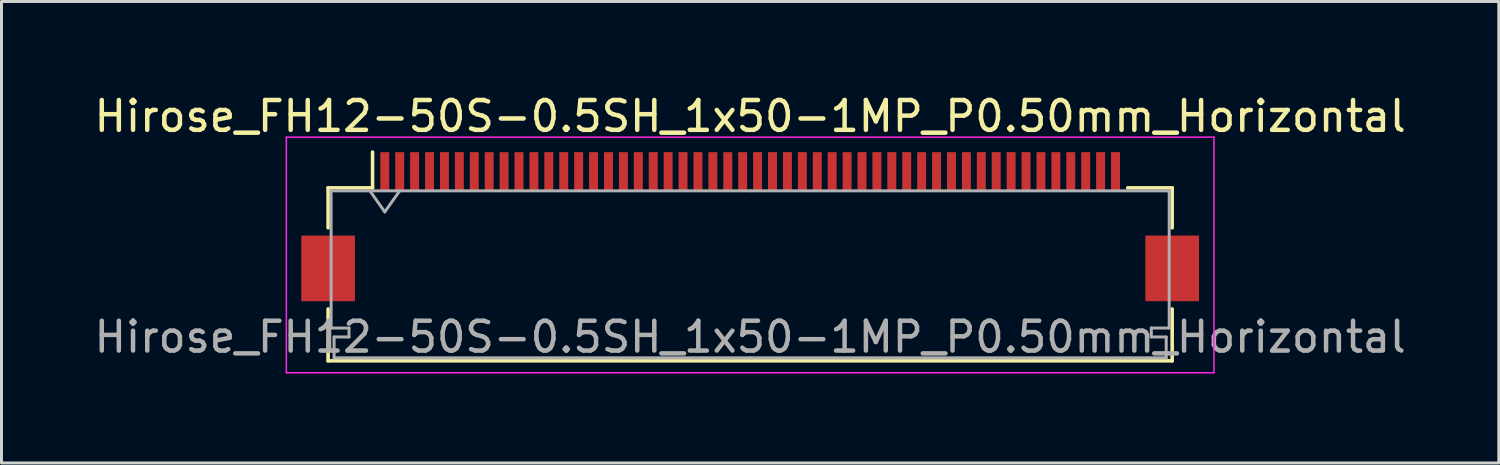
<source format=kicad_pcb>
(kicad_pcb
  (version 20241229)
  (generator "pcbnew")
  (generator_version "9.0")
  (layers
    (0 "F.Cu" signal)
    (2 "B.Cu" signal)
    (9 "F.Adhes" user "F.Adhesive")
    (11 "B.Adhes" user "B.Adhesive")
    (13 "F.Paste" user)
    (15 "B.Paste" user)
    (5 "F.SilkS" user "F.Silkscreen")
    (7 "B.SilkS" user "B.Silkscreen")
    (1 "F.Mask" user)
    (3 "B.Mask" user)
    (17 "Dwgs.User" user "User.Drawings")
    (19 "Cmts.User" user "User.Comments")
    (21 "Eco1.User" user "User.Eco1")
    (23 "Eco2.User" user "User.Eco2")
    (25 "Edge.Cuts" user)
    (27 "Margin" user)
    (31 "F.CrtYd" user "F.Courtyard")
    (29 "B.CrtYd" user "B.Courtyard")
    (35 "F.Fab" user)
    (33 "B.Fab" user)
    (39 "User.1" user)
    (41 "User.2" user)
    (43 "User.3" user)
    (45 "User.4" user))
  (footprint "Hirose_FH12-50S-0.5SH_1x50-1MP_P0.50mm_Horizontal"
    (layer "F.Cu")
    (at 22.101 4.548)
    (property "Reference" "Hirose_FH12-50S-0.5SH_1x50-1MP_P0.50mm_Horizontal" (at 0 -3.7 180) (layer "F.SilkS") (effects (font (size 1 1) (thickness 0.15))))
    (attr smd)
    (fp_line (start -14.15 -1.3) (end -14.15 0.04) (stroke (width 0.12) (type solid)) (layer "F.SilkS"))
    (fp_line (start -14.15 2.76) (end -14.15 4.5) (stroke (width 0.12) (type solid)) (layer "F.SilkS"))
    (fp_line (start -14.15 4.5) (end 14.15 4.5) (stroke (width 0.12) (type solid)) (layer "F.SilkS"))
    (fp_line (start -12.66 -1.3) (end -14.15 -1.3) (stroke (width 0.12) (type solid)) (layer "F.SilkS"))
    (fp_line (start -12.66 -1.3) (end -12.66 -2.5) (stroke (width 0.12) (type solid)) (layer "F.SilkS"))
    (fp_line (start 12.66 -1.3) (end 14.15 -1.3) (stroke (width 0.12) (type solid)) (layer "F.SilkS"))
    (fp_line (start 14.15 -1.3) (end 14.15 0.04) (stroke (width 0.12) (type solid)) (layer "F.SilkS"))
    (fp_line (start 14.15 4.5) (end 14.15 2.76) (stroke (width 0.12) (type solid)) (layer "F.SilkS"))
    (fp_line (start -15.55 -3) (end -15.55 4.9) (stroke (width 0.05) (type solid)) (layer "F.CrtYd"))
    (fp_line (start -15.55 4.9) (end 15.55 4.9) (stroke (width 0.05) (type solid)) (layer "F.CrtYd"))
    (fp_line (start 15.55 -3) (end -15.55 -3) (stroke (width 0.05) (type solid)) (layer "F.CrtYd"))
    (fp_line (start 15.55 4.9) (end 15.55 -3) (stroke (width 0.05) (type solid)) (layer "F.CrtYd"))
    (fp_line (start -14.05 -1.2) (end -14.05 3.4) (stroke (width 0.1) (type solid)) (layer "F.Fab"))
    (fp_line (start -14.05 3.4) (end -13.45 3.4) (stroke (width 0.1) (type solid)) (layer "F.Fab"))
    (fp_line (start -13.95 3.7) (end -13.95 4.4) (stroke (width 0.1) (type solid)) (layer "F.Fab"))
    (fp_line (start -13.95 4.4) (end 0 4.4) (stroke (width 0.1) (type solid)) (layer "F.Fab"))
    (fp_line (start -13.45 3.4) (end -13.45 3.7) (stroke (width 0.1) (type solid)) (layer "F.Fab"))
    (fp_line (start -13.45 3.7) (end -13.95 3.7) (stroke (width 0.1) (type solid)) (layer "F.Fab"))
    (fp_line (start -12.75 -1.2) (end -12.25 -0.493) (stroke (width 0.1) (type solid)) (layer "F.Fab"))
    (fp_line (start -12.25 -0.493) (end -11.75 -1.2) (stroke (width 0.1) (type solid)) (layer "F.Fab"))
    (fp_line (start 0 -1.2) (end -14.05 -1.2) (stroke (width 0.1) (type solid)) (layer "F.Fab"))
    (fp_line (start 0 -1.2) (end 14.05 -1.2) (stroke (width 0.1) (type solid)) (layer "F.Fab"))
    (fp_line (start 13.45 3.4) (end 13.45 3.7) (stroke (width 0.1) (type solid)) (layer "F.Fab"))
    (fp_line (start 13.45 3.7) (end 13.95 3.7) (stroke (width 0.1) (type solid)) (layer "F.Fab"))
    (fp_line (start 13.95 3.7) (end 13.95 4.4) (stroke (width 0.1) (type solid)) (layer "F.Fab"))
    (fp_line (start 13.95 4.4) (end 0 4.4) (stroke (width 0.1) (type solid)) (layer "F.Fab"))
    (fp_line (start 14.05 -1.2) (end 14.05 3.4) (stroke (width 0.1) (type solid)) (layer "F.Fab"))
    (fp_line (start 14.05 3.4) (end 13.45 3.4) (stroke (width 0.1) (type solid)) (layer "F.Fab"))
    (fp_text user "${REFERENCE}" (at 0 3.7 180) (layer "F.Fab") (effects (font (size 1 1) (thickness 0.15))))
    (pad "1" smd rect (at 12.25 -1.846 180) (size 0.3 1.3) (layers "F.Cu" "F.Mask" "F.Paste"))
    (pad "2" smd rect (at 11.75 -1.846 180) (size 0.3 1.3) (layers "F.Cu" "F.Mask" "F.Paste"))
    (pad "3" smd rect (at 11.25 -1.846 180) (size 0.3 1.3) (layers "F.Cu" "F.Mask" "F.Paste"))
    (pad "4" smd rect (at 10.75 -1.846 180) (size 0.3 1.3) (layers "F.Cu" "F.Mask" "F.Paste"))
    (pad "5" smd rect (at 10.25 -1.846 180) (size 0.3 1.3) (layers "F.Cu" "F.Mask" "F.Paste"))
    (pad "6" smd rect (at 9.75 -1.846 180) (size 0.3 1.3) (layers "F.Cu" "F.Mask" "F.Paste"))
    (pad "7" smd rect (at 9.25 -1.846 180) (size 0.3 1.3) (layers "F.Cu" "F.Mask" "F.Paste"))
    (pad "8" smd rect (at 8.75 -1.846 180) (size 0.3 1.3) (layers "F.Cu" "F.Mask" "F.Paste"))
    (pad "9" smd rect (at 8.25 -1.846 180) (size 0.3 1.3) (layers "F.Cu" "F.Mask" "F.Paste"))
    (pad "10" smd rect (at 7.75 -1.846 180) (size 0.3 1.3) (layers "F.Cu" "F.Mask" "F.Paste"))
    (pad "11" smd rect (at 7.25 -1.846 180) (size 0.3 1.3) (layers "F.Cu" "F.Mask" "F.Paste"))
    (pad "12" smd rect (at 6.75 -1.846 180) (size 0.3 1.3) (layers "F.Cu" "F.Mask" "F.Paste"))
    (pad "13" smd rect (at 6.25 -1.846 180) (size 0.3 1.3) (layers "F.Cu" "F.Mask" "F.Paste"))
    (pad "14" smd rect (at 5.75 -1.846 180) (size 0.3 1.3) (layers "F.Cu" "F.Mask" "F.Paste"))
    (pad "15" smd rect (at 5.25 -1.846 180) (size 0.3 1.3) (layers "F.Cu" "F.Mask" "F.Paste"))
    (pad "16" smd rect (at 4.75 -1.846 180) (size 0.3 1.3) (layers "F.Cu" "F.Mask" "F.Paste"))
    (pad "17" smd rect (at 4.25 -1.846 180) (size 0.3 1.3) (layers "F.Cu" "F.Mask" "F.Paste"))
    (pad "18" smd rect (at 3.75 -1.846 180) (size 0.3 1.3) (layers "F.Cu" "F.Mask" "F.Paste"))
    (pad "19" smd rect (at 3.25 -1.846 180) (size 0.3 1.3) (layers "F.Cu" "F.Mask" "F.Paste"))
    (pad "20" smd rect (at 2.75 -1.846 180) (size 0.3 1.3) (layers "F.Cu" "F.Mask" "F.Paste"))
    (pad "21" smd rect (at 2.25 -1.846 180) (size 0.3 1.3) (layers "F.Cu" "F.Mask" "F.Paste"))
    (pad "22" smd rect (at 1.75 -1.846 180) (size 0.3 1.3) (layers "F.Cu" "F.Mask" "F.Paste"))
    (pad "23" smd rect (at 1.25 -1.846 180) (size 0.3 1.3) (layers "F.Cu" "F.Mask" "F.Paste"))
    (pad "24" smd rect (at 0.75 -1.846 180) (size 0.3 1.3) (layers "F.Cu" "F.Mask" "F.Paste"))
    (pad "25" smd rect (at 0.25 -1.846 180) (size 0.3 1.3) (layers "F.Cu" "F.Mask" "F.Paste"))
    (pad "26" smd rect (at -0.25 -1.846 180) (size 0.3 1.3) (layers "F.Cu" "F.Mask" "F.Paste"))
    (pad "27" smd rect (at -0.75 -1.846 180) (size 0.3 1.3) (layers "F.Cu" "F.Mask" "F.Paste"))
    (pad "28" smd rect (at -1.25 -1.846 180) (size 0.3 1.3) (layers "F.Cu" "F.Mask" "F.Paste"))
    (pad "29" smd rect (at -1.75 -1.846 180) (size 0.3 1.3) (layers "F.Cu" "F.Mask" "F.Paste"))
    (pad "30" smd rect (at -2.25 -1.846 180) (size 0.3 1.3) (layers "F.Cu" "F.Mask" "F.Paste"))
    (pad "31" smd rect (at -2.75 -1.846 180) (size 0.3 1.3) (layers "F.Cu" "F.Mask" "F.Paste"))
    (pad "32" smd rect (at -3.25 -1.846 180) (size 0.3 1.3) (layers "F.Cu" "F.Mask" "F.Paste"))
    (pad "33" smd rect (at -3.75 -1.846 180) (size 0.3 1.3) (layers "F.Cu" "F.Mask" "F.Paste"))
    (pad "34" smd rect (at -4.25 -1.846 180) (size 0.3 1.3) (layers "F.Cu" "F.Mask" "F.Paste"))
    (pad "35" smd rect (at -4.75 -1.846 180) (size 0.3 1.3) (layers "F.Cu" "F.Mask" "F.Paste"))
    (pad "36" smd rect (at -5.25 -1.846 180) (size 0.3 1.3) (layers "F.Cu" "F.Mask" "F.Paste"))
    (pad "37" smd rect (at -5.75 -1.846 180) (size 0.3 1.3) (layers "F.Cu" "F.Mask" "F.Paste"))
    (pad "38" smd rect (at -6.25 -1.846 180) (size 0.3 1.3) (layers "F.Cu" "F.Mask" "F.Paste"))
    (pad "39" smd rect (at -6.75 -1.846 180) (size 0.3 1.3) (layers "F.Cu" "F.Mask" "F.Paste"))
    (pad "40" smd rect (at -7.25 -1.846 180) (size 0.3 1.3) (layers "F.Cu" "F.Mask" "F.Paste"))
    (pad "41" smd rect (at -7.75 -1.846 180) (size 0.3 1.3) (layers "F.Cu" "F.Mask" "F.Paste"))
    (pad "42" smd rect (at -8.25 -1.846 180) (size 0.3 1.3) (layers "F.Cu" "F.Mask" "F.Paste"))
    (pad "43" smd rect (at -8.75 -1.846 180) (size 0.3 1.3) (layers "F.Cu" "F.Mask" "F.Paste"))
    (pad "44" smd rect (at -9.25 -1.846 180) (size 0.3 1.3) (layers "F.Cu" "F.Mask" "F.Paste"))
    (pad "45" smd rect (at -9.75 -1.846 180) (size 0.3 1.3) (layers "F.Cu" "F.Mask" "F.Paste"))
    (pad "46" smd rect (at -10.25 -1.846 180) (size 0.3 1.3) (layers "F.Cu" "F.Mask" "F.Paste"))
    (pad "47" smd rect (at -10.75 -1.846 180) (size 0.3 1.3) (layers "F.Cu" "F.Mask" "F.Paste"))
    (pad "48" smd rect (at -11.25 -1.846 180) (size 0.3 1.3) (layers "F.Cu" "F.Mask" "F.Paste"))
    (pad "49" smd rect (at -11.75 -1.846 180) (size 0.3 1.3) (layers "F.Cu" "F.Mask" "F.Paste"))
    (pad "50" smd rect (at -12.25 -1.846 180) (size 0.3 1.3) (layers "F.Cu" "F.Mask" "F.Paste"))
    (pad "MP" smd rect (at -14.15 1.4) (size 1.8 2.2) (layers "F.Cu" "F.Mask" "F.Paste"))
    (pad "MP" smd rect (at 14.15 1.4) (size 1.8 2.2) (layers "F.Cu" "F.Mask" "F.Paste")))
  (gr_rect
    (start -3 -3)
    (end 47.202 12.473)
    (stroke (width 0.1) (type default))
    (fill no)
    (layer "Edge.Cuts")))
</source>
